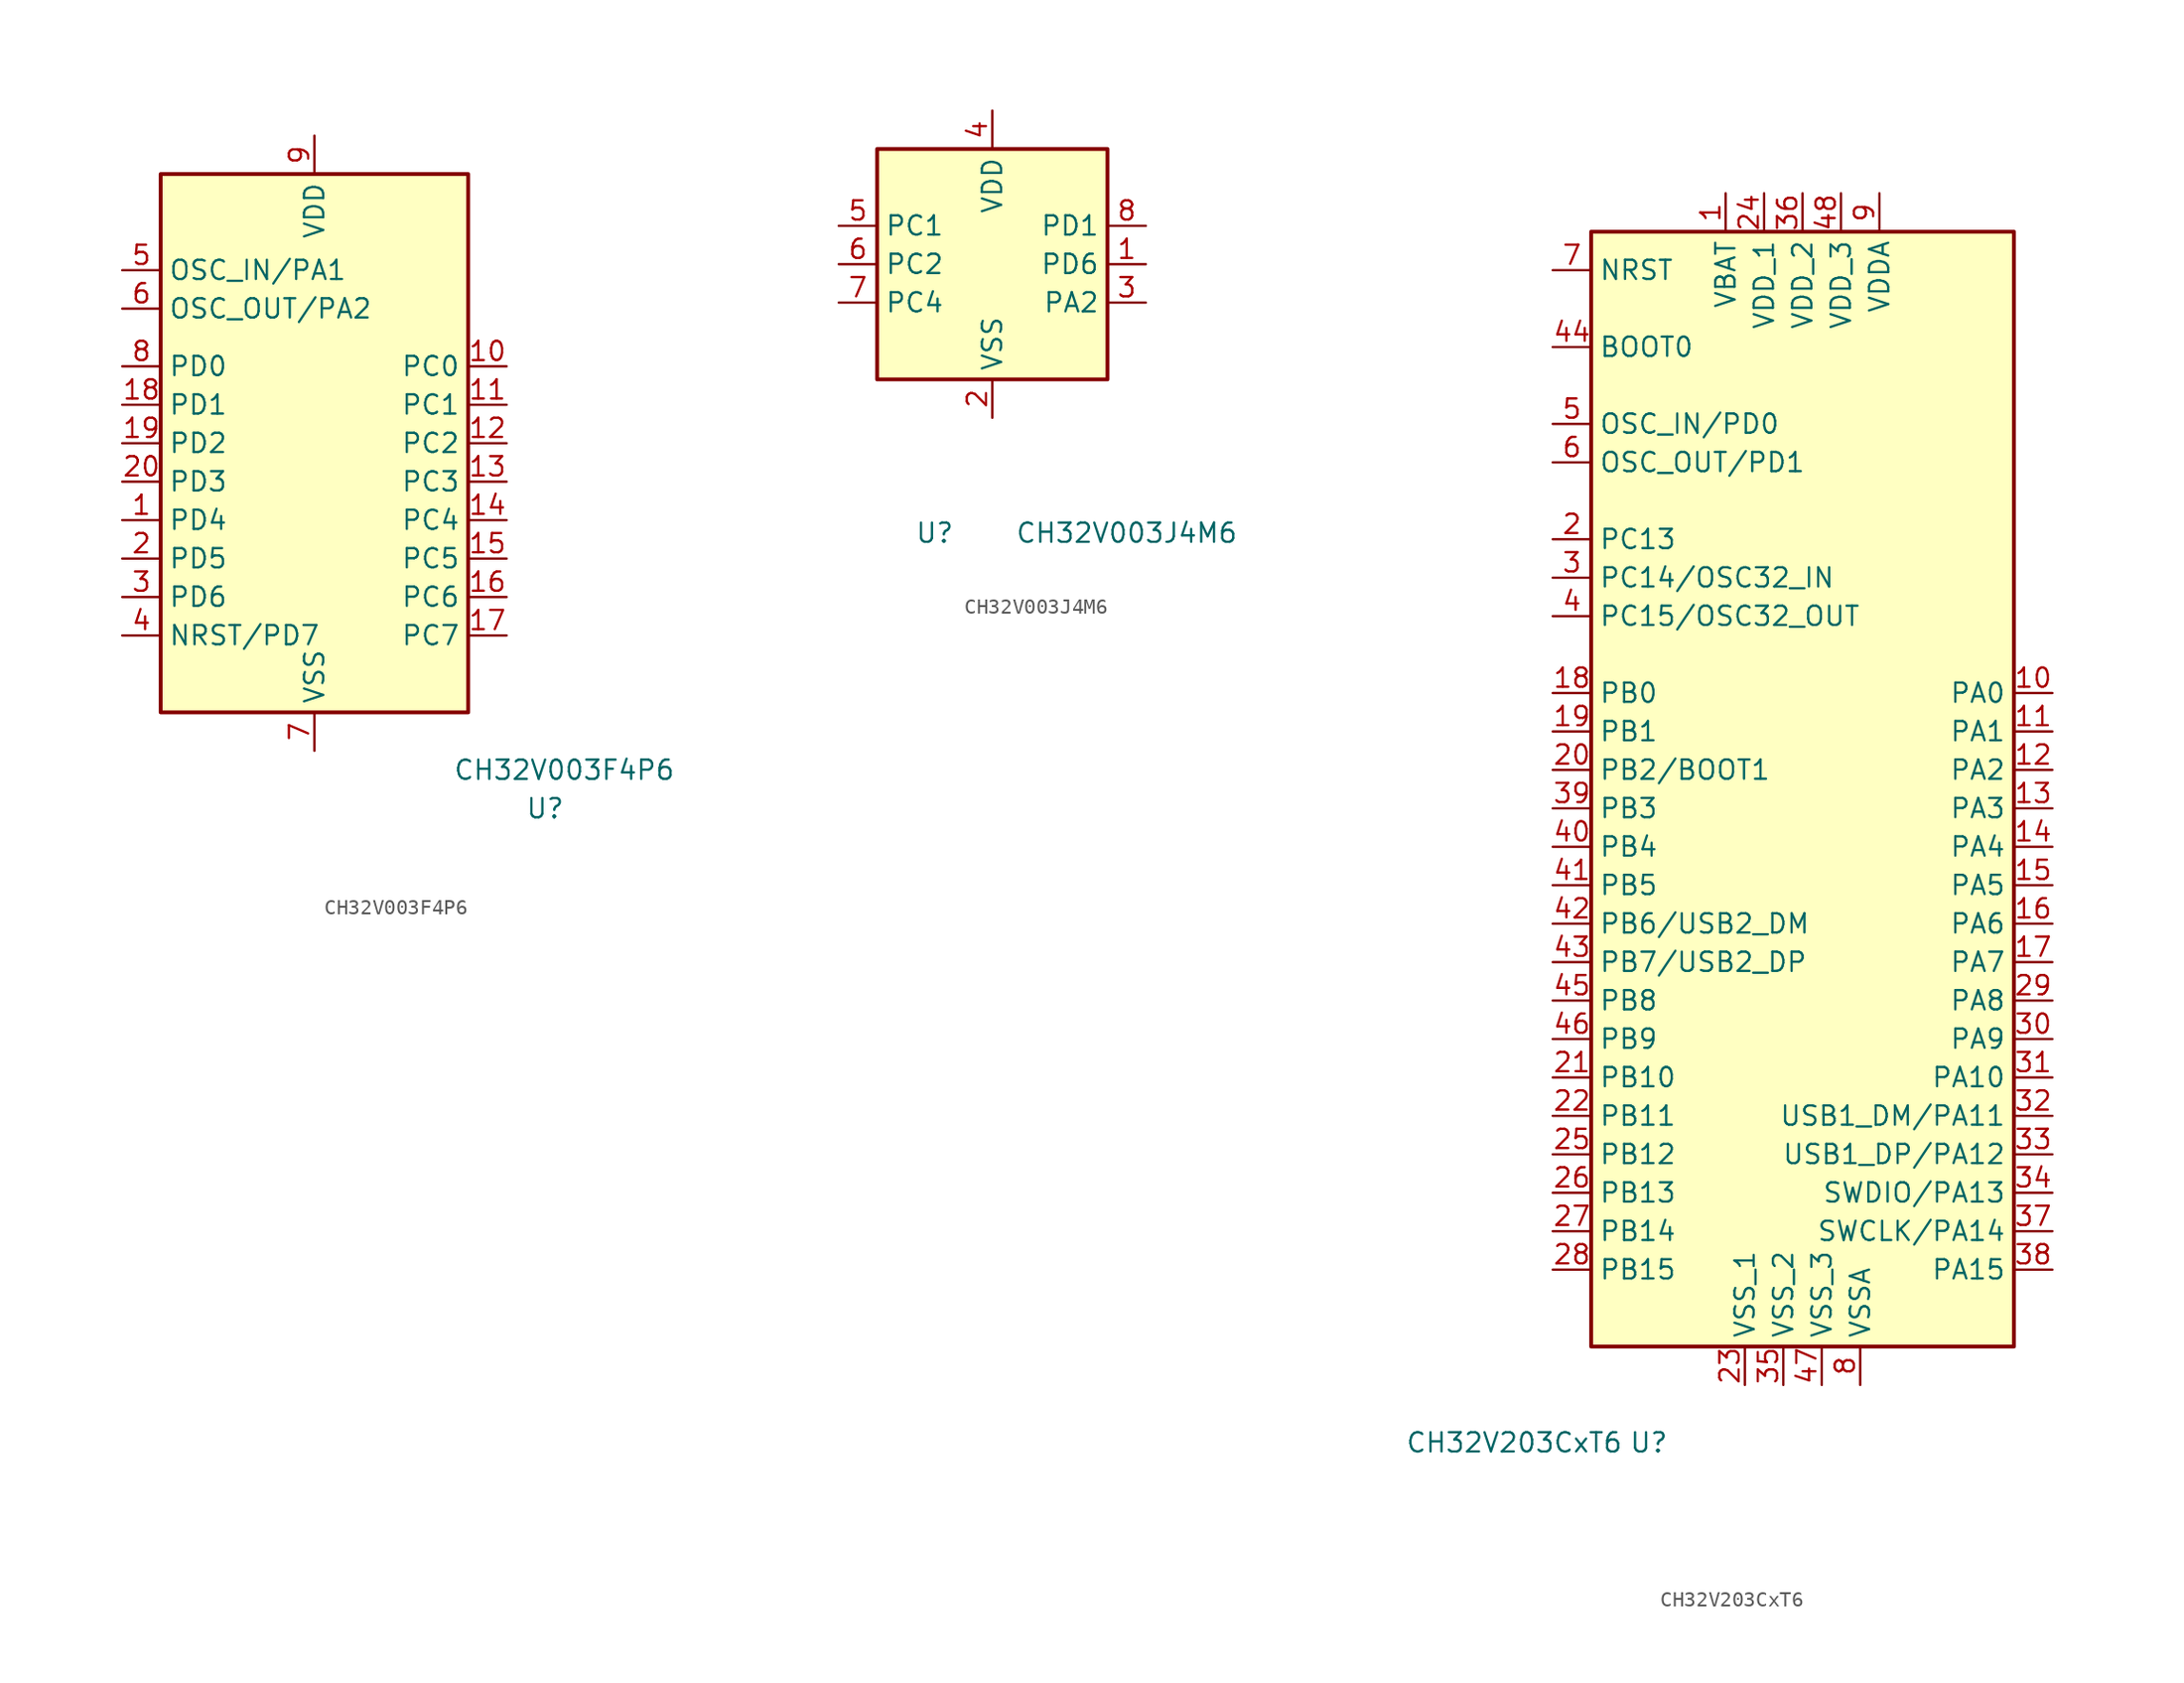
<source format=kicad_sym>
(kicad_symbol_lib
  (version 20220914)
  (generator kicad_symbol_editor)
  (symbol "CH32V003F4P6"
    (property "Reference" "U"
      (at 15.24 -24.13 0)
      (effects (font (size 1.27 1.27))))
    (property "Value" "CH32V003F4P6"
      (at 16.51 -21.59 0)
      (effects (font (size 1.27 1.27))))
    (symbol "CH32V003F4P6_0_1"
      (rectangle (start -10.16 17.78) (end 10.16 -17.78) (stroke (width 0.254) (type default)) (fill (type background))))
    (symbol "CH32V003F4P6_1_1"
      (pin bidirectional line (at -12.7 -5.08 0) (length 2.54) (name "PD4" (effects (font (size 1.27 1.27)))) (number "1" (effects (font (size 1.27 1.27)))))
      (pin bidirectional line (at 12.7 5.08 180) (length 2.54) (name "PC0" (effects (font (size 1.27 1.27)))) (number "10" (effects (font (size 1.27 1.27)))))
      (pin bidirectional line (at 12.7 2.54 180) (length 2.54) (name "PC1" (effects (font (size 1.27 1.27)))) (number "11" (effects (font (size 1.27 1.27)))))
      (pin bidirectional line (at 12.7 0 180) (length 2.54) (name "PC2" (effects (font (size 1.27 1.27)))) (number "12" (effects (font (size 1.27 1.27)))))
      (pin bidirectional line (at 12.7 -2.54 180) (length 2.54) (name "PC3" (effects (font (size 1.27 1.27)))) (number "13" (effects (font (size 1.27 1.27)))))
      (pin bidirectional line (at 12.7 -5.08 180) (length 2.54) (name "PC4" (effects (font (size 1.27 1.27)))) (number "14" (effects (font (size 1.27 1.27)))))
      (pin bidirectional line (at 12.7 -7.62 180) (length 2.54) (name "PC5" (effects (font (size 1.27 1.27)))) (number "15" (effects (font (size 1.27 1.27)))))
      (pin bidirectional line (at 12.7 -10.16 180) (length 2.54) (name "PC6" (effects (font (size 1.27 1.27)))) (number "16" (effects (font (size 1.27 1.27)))))
      (pin bidirectional line (at 12.7 -12.7 180) (length 2.54) (name "PC7" (effects (font (size 1.27 1.27)))) (number "17" (effects (font (size 1.27 1.27)))))
      (pin bidirectional line (at -12.7 2.54 0) (length 2.54) (name "PD1" (effects (font (size 1.27 1.27)))) (number "18" (effects (font (size 1.27 1.27)))))
      (pin bidirectional line (at -12.7 0 0) (length 2.54) (name "PD2" (effects (font (size 1.27 1.27)))) (number "19" (effects (font (size 1.27 1.27)))))
      (pin bidirectional line (at -12.7 -7.62 0) (length 2.54) (name "PD5" (effects (font (size 1.27 1.27)))) (number "2" (effects (font (size 1.27 1.27)))))
      (pin bidirectional line (at -12.7 -2.54 0) (length 2.54) (name "PD3" (effects (font (size 1.27 1.27)))) (number "20" (effects (font (size 1.27 1.27)))))
      (pin bidirectional line (at -12.7 -10.16 0) (length 2.54) (name "PD6" (effects (font (size 1.27 1.27)))) (number "3" (effects (font (size 1.27 1.27)))))
      (pin input line (at -12.7 -12.7 0) (length 2.54) (name "NRST/PD7" (effects (font (size 1.27 1.27)))) (number "4" (effects (font (size 1.27 1.27)))))
      (pin input line (at -12.7 11.43 0) (length 2.54) (name "OSC_IN/PA1" (effects (font (size 1.27 1.27)))) (number "5" (effects (font (size 1.27 1.27)))))
      (pin input line (at -12.7 8.89 0) (length 2.54) (name "OSC_OUT/PA2" (effects (font (size 1.27 1.27)))) (number "6" (effects (font (size 1.27 1.27)))))
      (pin power_in line (at 0 -20.32 90) (length 2.54) (name "VSS" (effects (font (size 1.27 1.27)))) (number "7" (effects (font (size 1.27 1.27)))))
      (pin bidirectional line (at -12.7 5.08 0) (length 2.54) (name "PD0" (effects (font (size 1.27 1.27)))) (number "8" (effects (font (size 1.27 1.27)))))
      (pin power_in line (at 0 20.32 270) (length 2.54) (name "VDD" (effects (font (size 1.27 1.27)))) (number "9" (effects (font (size 1.27 1.27)))))))
  (symbol "CH32V003J4M6"
    (property "Reference" "U"
      (at -3.81 -17.78 0)
      (effects (font (size 1.27 1.27))))
    (property "Value" "CH32V003J4M6"
      (at 8.89 -17.78 0)
      (effects (font (size 1.27 1.27))))
    (symbol "CH32V003J4M6_0_1"
      (rectangle (start -7.62 7.62) (end 7.62 -7.62) (stroke (width 0.254) (type default)) (fill (type background))))
    (symbol "CH32V003J4M6_1_1"
      (pin bidirectional line (at 10.16 0 180) (length 2.54) (name "PD6" (effects (font (size 1.27 1.27)))) (number "1" (effects (font (size 1.27 1.27)))))
      (pin power_in line (at 0 -10.16 90) (length 2.54) (name "VSS" (effects (font (size 1.27 1.27)))) (number "2" (effects (font (size 1.27 1.27)))))
      (pin bidirectional line (at 10.16 -2.54 180) (length 2.54) (name "PA2" (effects (font (size 1.27 1.27)))) (number "3" (effects (font (size 1.27 1.27)))))
      (pin power_in line (at 0 10.16 270) (length 2.54) (name "VDD" (effects (font (size 1.27 1.27)))) (number "4" (effects (font (size 1.27 1.27)))))
      (pin bidirectional line (at -10.16 2.54 0) (length 2.54) (name "PC1" (effects (font (size 1.27 1.27)))) (number "5" (effects (font (size 1.27 1.27)))))
      (pin bidirectional line (at -10.16 0 0) (length 2.54) (name "PC2" (effects (font (size 1.27 1.27)))) (number "6" (effects (font (size 1.27 1.27)))))
      (pin bidirectional line (at -10.16 -2.54 0) (length 2.54) (name "PC4" (effects (font (size 1.27 1.27)))) (number "7" (effects (font (size 1.27 1.27)))))
      (pin bidirectional line (at 10.16 2.54 180) (length 2.54) (name "PD1" (effects (font (size 1.27 1.27)))) (number "8" (effects (font (size 1.27 1.27)))))))
  (symbol "CH32V203CxT6"
    (property "Reference" "U"
      (at -10.16 -41.91 0)
      (effects (font (size 1.27 1.27))))
    (property "Value" "CH32V203CxT6"
      (at -19.05 -41.91 0)
      (effects (font (size 1.27 1.27))))
    (symbol "CH32V203CxT6_0_1"
      (rectangle (start -13.97 38.1) (end 13.97 -35.56) (stroke (width 0.254) (type default)) (fill (type background))))
    (symbol "CH32V203CxT6_1_1"
      (pin power_in line (at -5.08 40.64 270) (length 2.54) (name "VBAT" (effects (font (size 1.27 1.27)))) (number "1" (effects (font (size 1.27 1.27)))))
      (pin bidirectional line (at 16.51 7.62 180) (length 2.54) (name "PA0" (effects (font (size 1.27 1.27)))) (number "10" (effects (font (size 1.27 1.27)))))
      (pin bidirectional line (at 16.51 5.08 180) (length 2.54) (name "PA1" (effects (font (size 1.27 1.27)))) (number "11" (effects (font (size 1.27 1.27)))))
      (pin bidirectional line (at 16.51 2.54 180) (length 2.54) (name "PA2" (effects (font (size 1.27 1.27)))) (number "12" (effects (font (size 1.27 1.27)))))
      (pin bidirectional line (at 16.51 0 180) (length 2.54) (name "PA3" (effects (font (size 1.27 1.27)))) (number "13" (effects (font (size 1.27 1.27)))))
      (pin bidirectional line (at 16.51 -2.54 180) (length 2.54) (name "PA4" (effects (font (size 1.27 1.27)))) (number "14" (effects (font (size 1.27 1.27)))))
      (pin bidirectional line (at 16.51 -5.08 180) (length 2.54) (name "PA5" (effects (font (size 1.27 1.27)))) (number "15" (effects (font (size 1.27 1.27)))))
      (pin bidirectional line (at 16.51 -7.62 180) (length 2.54) (name "PA6" (effects (font (size 1.27 1.27)))) (number "16" (effects (font (size 1.27 1.27)))))
      (pin bidirectional line (at 16.51 -10.16 180) (length 2.54) (name "PA7" (effects (font (size 1.27 1.27)))) (number "17" (effects (font (size 1.27 1.27)))))
      (pin bidirectional line (at -16.51 7.62 0) (length 2.54) (name "PB0" (effects (font (size 1.27 1.27)))) (number "18" (effects (font (size 1.27 1.27)))))
      (pin bidirectional line (at -16.51 5.08 0) (length 2.54) (name "PB1" (effects (font (size 1.27 1.27)))) (number "19" (effects (font (size 1.27 1.27)))))
      (pin bidirectional line (at -16.51 17.78 0) (length 2.54) (name "PC13" (effects (font (size 1.27 1.27)))) (number "2" (effects (font (size 1.27 1.27)))))
      (pin bidirectional line (at -16.51 2.54 0) (length 2.54) (name "PB2/BOOT1" (effects (font (size 1.27 1.27)))) (number "20" (effects (font (size 1.27 1.27)))))
      (pin bidirectional line (at -16.51 -17.78 0) (length 2.54) (name "PB10" (effects (font (size 1.27 1.27)))) (number "21" (effects (font (size 1.27 1.27)))))
      (pin bidirectional line (at -16.51 -20.32 0) (length 2.54) (name "PB11" (effects (font (size 1.27 1.27)))) (number "22" (effects (font (size 1.27 1.27)))))
      (pin power_in line (at -3.81 -38.1 90) (length 2.54) (name "VSS_1" (effects (font (size 1.27 1.27)))) (number "23" (effects (font (size 1.27 1.27)))))
      (pin power_in line (at -2.54 40.64 270) (length 2.54) (name "VDD_1" (effects (font (size 1.27 1.27)))) (number "24" (effects (font (size 1.27 1.27)))))
      (pin bidirectional line (at -16.51 -22.86 0) (length 2.54) (name "PB12" (effects (font (size 1.27 1.27)))) (number "25" (effects (font (size 1.27 1.27)))))
      (pin bidirectional line (at -16.51 -25.4 0) (length 2.54) (name "PB13" (effects (font (size 1.27 1.27)))) (number "26" (effects (font (size 1.27 1.27)))))
      (pin bidirectional line (at -16.51 -27.94 0) (length 2.54) (name "PB14" (effects (font (size 1.27 1.27)))) (number "27" (effects (font (size 1.27 1.27)))))
      (pin bidirectional line (at -16.51 -30.48 0) (length 2.54) (name "PB15" (effects (font (size 1.27 1.27)))) (number "28" (effects (font (size 1.27 1.27)))))
      (pin bidirectional line (at 16.51 -12.7 180) (length 2.54) (name "PA8" (effects (font (size 1.27 1.27)))) (number "29" (effects (font (size 1.27 1.27)))))
      (pin bidirectional line (at -16.51 15.24 0) (length 2.54) (name "PC14/OSC32_IN" (effects (font (size 1.27 1.27)))) (number "3" (effects (font (size 1.27 1.27)))))
      (pin bidirectional line (at 16.51 -15.24 180) (length 2.54) (name "PA9" (effects (font (size 1.27 1.27)))) (number "30" (effects (font (size 1.27 1.27)))))
      (pin bidirectional line (at 16.51 -17.78 180) (length 2.54) (name "PA10" (effects (font (size 1.27 1.27)))) (number "31" (effects (font (size 1.27 1.27)))))
      (pin bidirectional line (at 16.51 -20.32 180) (length 2.54) (name "USB1_DM/PA11" (effects (font (size 1.27 1.27)))) (number "32" (effects (font (size 1.27 1.27)))))
      (pin bidirectional line (at 16.51 -22.86 180) (length 2.54) (name "USB1_DP/PA12" (effects (font (size 1.27 1.27)))) (number "33" (effects (font (size 1.27 1.27)))))
      (pin bidirectional line (at 16.51 -25.4 180) (length 2.54) (name "SWDIO/PA13" (effects (font (size 1.27 1.27)))) (number "34" (effects (font (size 1.27 1.27)))))
      (pin power_in line (at -1.27 -38.1 90) (length 2.54) (name "VSS_2" (effects (font (size 1.27 1.27)))) (number "35" (effects (font (size 1.27 1.27)))))
      (pin power_in line (at 0 40.64 270) (length 2.54) (name "VDD_2" (effects (font (size 1.27 1.27)))) (number "36" (effects (font (size 1.27 1.27)))))
      (pin bidirectional line (at 16.51 -27.94 180) (length 2.54) (name "SWCLK/PA14" (effects (font (size 1.27 1.27)))) (number "37" (effects (font (size 1.27 1.27)))))
      (pin bidirectional line (at 16.51 -30.48 180) (length 2.54) (name "PA15" (effects (font (size 1.27 1.27)))) (number "38" (effects (font (size 1.27 1.27)))))
      (pin bidirectional line (at -16.51 0 0) (length 2.54) (name "PB3" (effects (font (size 1.27 1.27)))) (number "39" (effects (font (size 1.27 1.27)))))
      (pin bidirectional line (at -16.51 12.7 0) (length 2.54) (name "PC15/OSC32_OUT" (effects (font (size 1.27 1.27)))) (number "4" (effects (font (size 1.27 1.27)))))
      (pin bidirectional line (at -16.51 -2.54 0) (length 2.54) (name "PB4" (effects (font (size 1.27 1.27)))) (number "40" (effects (font (size 1.27 1.27)))))
      (pin bidirectional line (at -16.51 -5.08 0) (length 2.54) (name "PB5" (effects (font (size 1.27 1.27)))) (number "41" (effects (font (size 1.27 1.27)))))
      (pin bidirectional line (at -16.51 -7.62 0) (length 2.54) (name "PB6/USB2_DM" (effects (font (size 1.27 1.27)))) (number "42" (effects (font (size 1.27 1.27)))))
      (pin bidirectional line (at -16.51 -10.16 0) (length 2.54) (name "PB7/USB2_DP" (effects (font (size 1.27 1.27)))) (number "43" (effects (font (size 1.27 1.27)))))
      (pin input line (at -16.51 30.48 0) (length 2.54) (name "BOOT0" (effects (font (size 1.27 1.27)))) (number "44" (effects (font (size 1.27 1.27)))))
      (pin bidirectional line (at -16.51 -12.7 0) (length 2.54) (name "PB8" (effects (font (size 1.27 1.27)))) (number "45" (effects (font (size 1.27 1.27)))))
      (pin bidirectional line (at -16.51 -15.24 0) (length 2.54) (name "PB9" (effects (font (size 1.27 1.27)))) (number "46" (effects (font (size 1.27 1.27)))))
      (pin power_in line (at 1.27 -38.1 90) (length 2.54) (name "VSS_3" (effects (font (size 1.27 1.27)))) (number "47" (effects (font (size 1.27 1.27)))))
      (pin power_in line (at 2.54 40.64 270) (length 2.54) (name "VDD_3" (effects (font (size 1.27 1.27)))) (number "48" (effects (font (size 1.27 1.27)))))
      (pin input line (at -16.51 25.4 0) (length 2.54) (name "OSC_IN/PD0" (effects (font (size 1.27 1.27)))) (number "5" (effects (font (size 1.27 1.27)))))
      (pin input line (at -16.51 22.86 0) (length 2.54) (name "OSC_OUT/PD1" (effects (font (size 1.27 1.27)))) (number "6" (effects (font (size 1.27 1.27)))))
      (pin input line (at -16.51 35.56 0) (length 2.54) (name "NRST" (effects (font (size 1.27 1.27)))) (number "7" (effects (font (size 1.27 1.27)))))
      (pin power_in line (at 3.81 -38.1 90) (length 2.54) (name "VSSA" (effects (font (size 1.27 1.27)))) (number "8" (effects (font (size 1.27 1.27)))))
      (pin power_in line (at 5.08 40.64 270) (length 2.54) (name "VDDA" (effects (font (size 1.27 1.27)))) (number "9" (effects (font (size 1.27 1.27))))))))
</source>
